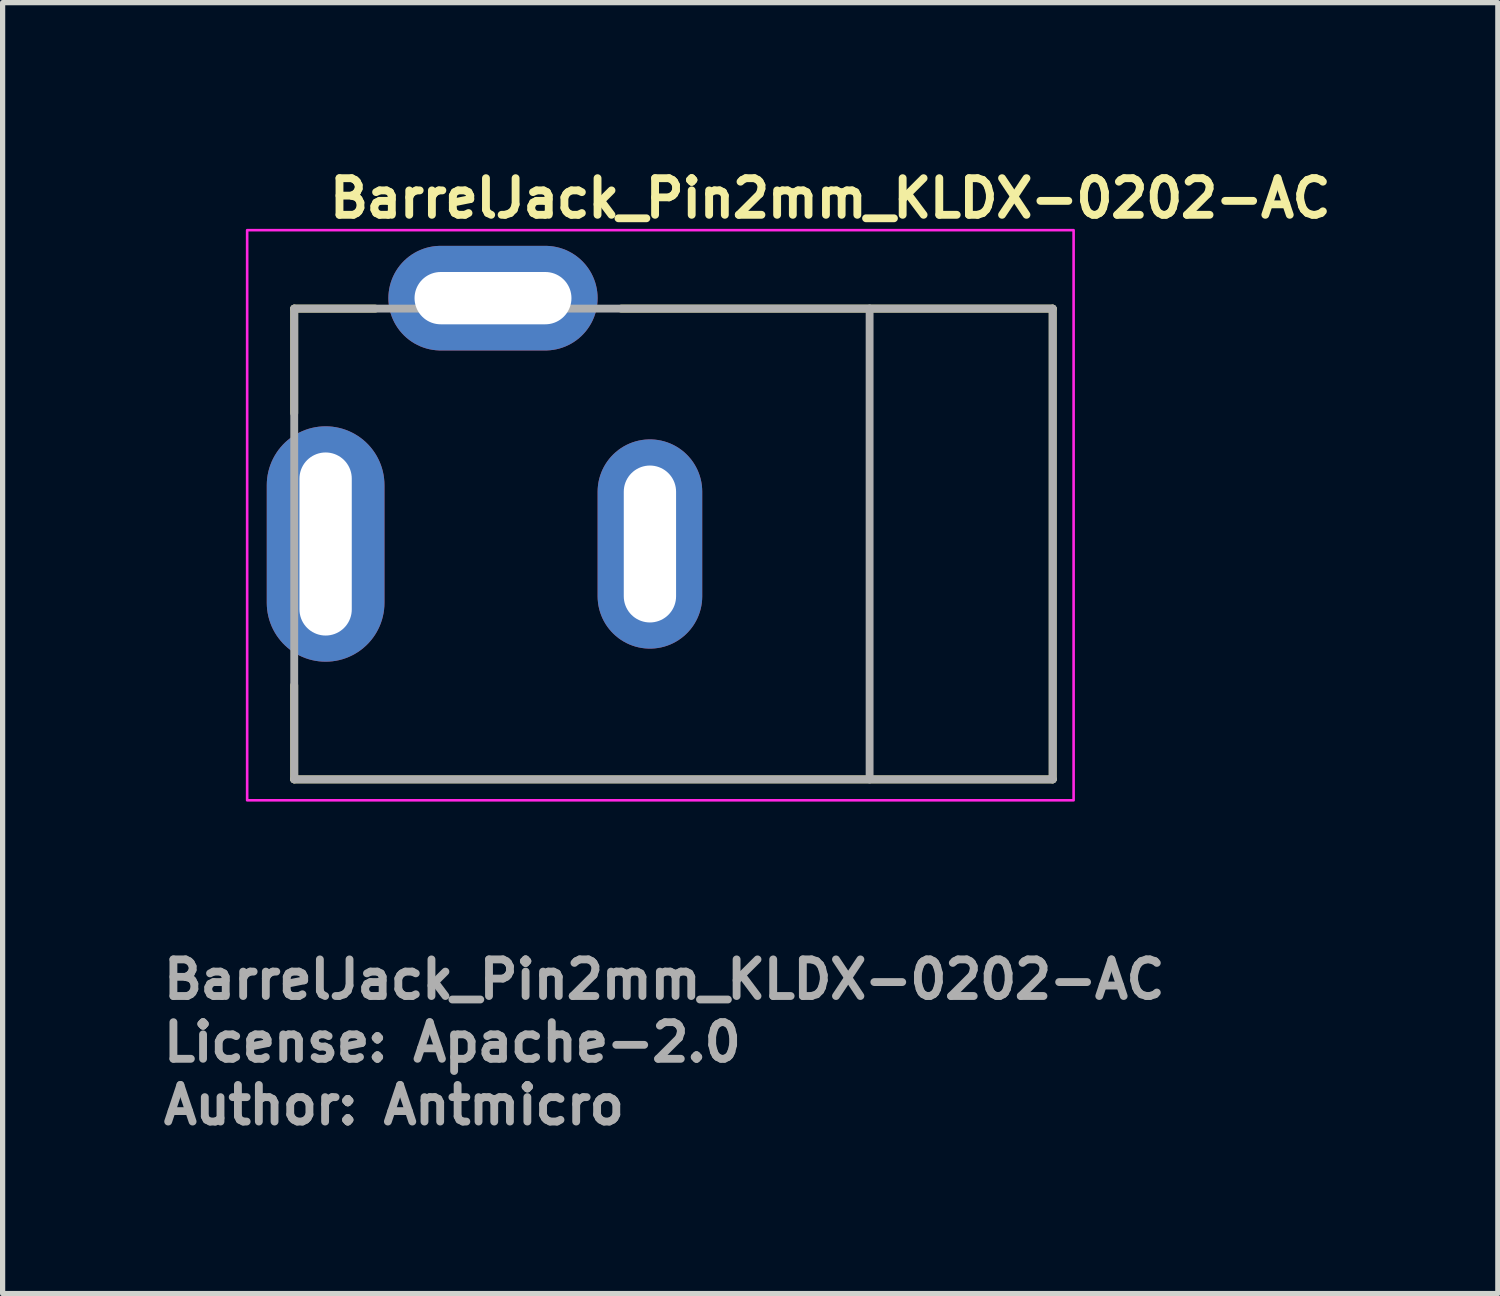
<source format=kicad_pcb>
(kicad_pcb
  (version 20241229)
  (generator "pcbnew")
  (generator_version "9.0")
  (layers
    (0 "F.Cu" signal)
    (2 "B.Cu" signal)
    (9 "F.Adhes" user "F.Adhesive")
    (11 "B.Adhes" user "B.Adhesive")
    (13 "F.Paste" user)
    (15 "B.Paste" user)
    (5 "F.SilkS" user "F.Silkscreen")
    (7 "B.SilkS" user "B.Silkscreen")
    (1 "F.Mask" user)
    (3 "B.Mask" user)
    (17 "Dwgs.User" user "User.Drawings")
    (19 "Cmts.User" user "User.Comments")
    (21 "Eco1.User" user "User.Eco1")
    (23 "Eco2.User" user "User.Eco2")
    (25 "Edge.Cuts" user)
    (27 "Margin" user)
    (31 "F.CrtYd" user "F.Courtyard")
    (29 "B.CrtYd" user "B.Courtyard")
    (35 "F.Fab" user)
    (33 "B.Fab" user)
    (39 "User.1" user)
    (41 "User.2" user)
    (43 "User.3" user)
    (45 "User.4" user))
  (footprint "BarrelJack_Pin2mm_KLDX-0202-AC"
    (layer "F.Cu")
    (at 3.175 7.35)
    (property "Reference" "BarrelJack_Pin2mm_KLDX-0202-AC" (at 0 -6.2 0) (layer "F.SilkS") (effects (font (size 0.7 0.7) (thickness 0.15)) (justify left bottom)))
    (attr through_hole)
    (fp_line (start -0.6 -4.5) (end 0.95 -4.5) (stroke (width 0.15) (type solid)) (layer "F.SilkS"))
    (fp_line (start -0.6 -2.5) (end -0.6 -4.5) (stroke (width 0.15) (type solid)) (layer "F.SilkS"))
    (fp_line (start -0.6 4.5) (end -0.6 2.7) (stroke (width 0.15) (type solid)) (layer "F.SilkS"))
    (fp_line (start 13.9 -4.5) (end 5.65 -4.5) (stroke (width 0.15) (type solid)) (layer "F.SilkS"))
    (fp_line (start 13.9 4.5) (end -0.6 4.5) (stroke (width 0.15) (type solid)) (layer "F.SilkS"))
    (fp_line (start 13.9 4.5) (end 13.9 -4.5) (stroke (width 0.15) (type solid)) (layer "F.SilkS"))
    (fp_rect (start -1.5 -6) (end 14.3 4.9) (stroke (width 0.05) (type solid)) (fill no) (layer "F.CrtYd"))
    (fp_line (start -0.6 -4.5) (end 10.4 -4.5) (stroke (width 0.15) (type solid)) (layer "F.Fab"))
    (fp_line (start -0.6 4.5) (end -0.6 -4.5) (stroke (width 0.15) (type solid)) (layer "F.Fab"))
    (fp_line (start 10.4 -4.5) (end 13.9 -4.5) (stroke (width 0.15) (type solid)) (layer "F.Fab"))
    (fp_line (start 10.4 4.5) (end -0.6 4.5) (stroke (width 0.15) (type solid)) (layer "F.Fab"))
    (fp_line (start 10.4 4.5) (end 10.4 -4.5) (stroke (width 0.15) (type solid)) (layer "F.Fab"))
    (fp_line (start 13.9 -4.5) (end 13.9 4.5) (stroke (width 0.15) (type solid)) (layer "F.Fab"))
    (fp_line (start 13.9 4.5) (end 10.4 4.5) (stroke (width 0.15) (type solid)) (layer "F.Fab"))
    (fp_rect (start 13.9 4.5) (end -0.6 -4.9) (stroke (width 0.1) (type solid)) (fill no) (layer "User.5"))
    (fp_line (start -0.6 -4.5) (end 0.2 -4.5) (stroke (width 0.02) (type solid)) (layer "User.9"))
    (fp_line (start -0.6 -2) (end -0.6 -4.5) (stroke (width 0.02) (type solid)) (layer "User.9"))
    (fp_line (start -0.6 -2) (end -0.2 -2) (stroke (width 0.02) (type solid)) (layer "User.9"))
    (fp_line (start -0.6 2) (end -0.2 2) (stroke (width 0.02) (type solid)) (layer "User.9"))
    (fp_line (start -0.6 4.5) (end -0.6 2) (stroke (width 0.02) (type solid)) (layer "User.9"))
    (fp_line (start -0.4 -1.335) (end -0.4 -1.325) (stroke (width 0.02) (type solid)) (layer "User.9"))
    (fp_line (start -0.4 -1.325) (end -0.4 -1.317) (stroke (width 0.02) (type solid)) (layer "User.9"))
    (fp_line (start -0.4 -1.317) (end -0.4 -1.325) (stroke (width 0.02) (type solid)) (layer "User.9"))
    (fp_line (start -0.4 -1.317) (end -0.4 -1.317) (stroke (width 0.02) (type solid)) (layer "User.9"))
    (fp_line (start -0.4 -1.317) (end -0.4 -1.317) (stroke (width 0.02) (type solid)) (layer "User.9"))
    (fp_line (start -0.4 -1.317) (end -0.4 -1.292) (stroke (width 0.02) (type solid)) (layer "User.9"))
    (fp_line (start -0.4 -1.292) (end -0.4 -1.317) (stroke (width 0.02) (type solid)) (layer "User.9"))
    (fp_line (start -0.4 -1.292) (end -0.4 -1.292) (stroke (width 0.02) (type solid)) (layer "User.9"))
    (fp_line (start -0.4 -1.292) (end -0.4 -1.292) (stroke (width 0.02) (type solid)) (layer "User.9"))
    (fp_line (start -0.4 -1.292) (end -0.4 -1.251) (stroke (width 0.02) (type solid)) (layer "User.9"))
    (fp_line (start -0.4 -1.251) (end -0.4 -1.292) (stroke (width 0.02) (type solid)) (layer "User.9"))
    (fp_line (start -0.4 -1.251) (end -0.4 -1.251) (stroke (width 0.02) (type solid)) (layer "User.9"))
    (fp_line (start -0.4 -1.251) (end -0.4 -1.251) (stroke (width 0.02) (type solid)) (layer "User.9"))
    (fp_line (start -0.4 -1.251) (end -0.4 -1.194) (stroke (width 0.02) (type solid)) (layer "User.9"))
    (fp_line (start -0.4 -1.194) (end -0.4 -1.251) (stroke (width 0.02) (type solid)) (layer "User.9"))
    (fp_line (start -0.4 -1.194) (end -0.4 -1.194) (stroke (width 0.02) (type solid)) (layer "User.9"))
    (fp_line (start -0.4 -1.194) (end -0.4 -1.194) (stroke (width 0.02) (type solid)) (layer "User.9"))
    (fp_line (start -0.4 -1.194) (end -0.4 -1.122) (stroke (width 0.02) (type solid)) (layer "User.9"))
    (fp_line (start -0.4 -1.122) (end -0.4 -1.194) (stroke (width 0.02) (type solid)) (layer "User.9"))
    (fp_line (start -0.4 -1.122) (end -0.4 -1.122) (stroke (width 0.02) (type solid)) (layer "User.9"))
    (fp_line (start -0.4 -1.122) (end -0.4 -1.122) (stroke (width 0.02) (type solid)) (layer "User.9"))
    (fp_line (start -0.4 -1.122) (end -0.4 -1.036) (stroke (width 0.02) (type solid)) (layer "User.9"))
    (fp_line (start -0.4 -1.036) (end -0.4 -1.122) (stroke (width 0.02) (type solid)) (layer "User.9"))
    (fp_line (start -0.4 -1.036) (end -0.4 -1.036) (stroke (width 0.02) (type solid)) (layer "User.9"))
    (fp_line (start -0.4 -1.036) (end -0.4 -1.036) (stroke (width 0.02) (type solid)) (layer "User.9"))
    (fp_line (start -0.4 -1.036) (end -0.4 -0.937) (stroke (width 0.02) (type solid)) (layer "User.9"))
    (fp_line (start -0.4 -0.937) (end -0.4 -1.036) (stroke (width 0.02) (type solid)) (layer "User.9"))
    (fp_line (start -0.4 -0.937) (end -0.4 -0.937) (stroke (width 0.02) (type solid)) (layer "User.9"))
    (fp_line (start -0.4 -0.937) (end -0.4 -0.937) (stroke (width 0.02) (type solid)) (layer "User.9"))
    (fp_line (start -0.4 -0.937) (end -0.4 -0.826) (stroke (width 0.02) (type solid)) (layer "User.9"))
    (fp_line (start -0.4 -0.826) (end -0.4 -0.937) (stroke (width 0.02) (type solid)) (layer "User.9"))
    (fp_line (start -0.4 -0.826) (end -0.4 -0.826) (stroke (width 0.02) (type solid)) (layer "User.9"))
    (fp_line (start -0.4 -0.826) (end -0.4 -0.826) (stroke (width 0.02) (type solid)) (layer "User.9"))
    (fp_line (start -0.4 -0.826) (end -0.4 -0.705) (stroke (width 0.02) (type solid)) (layer "User.9"))
    (fp_line (start -0.4 -0.705) (end -0.4 -0.826) (stroke (width 0.02) (type solid)) (layer "User.9"))
    (fp_line (start -0.4 -0.705) (end -0.4 -0.705) (stroke (width 0.02) (type solid)) (layer "User.9"))
    (fp_line (start -0.4 -0.705) (end -0.4 -0.705) (stroke (width 0.02) (type solid)) (layer "User.9"))
    (fp_line (start -0.4 -0.705) (end -0.4 -0.575) (stroke (width 0.02) (type solid)) (layer "User.9"))
    (fp_line (start -0.4 -0.575) (end -0.4 -0.575) (stroke (width 0.02) (type solid)) (layer "User.9"))
    (fp_line (start -0.4 -0.575) (end -0.4 0) (stroke (width 0.02) (type solid)) (layer "User.9"))
    (fp_line (start -0.4 -0.438) (end -0.4 -0.705) (stroke (width 0.02) (type solid)) (layer "User.9"))
    (fp_line (start -0.4 -0.438) (end -0.4 -0.438) (stroke (width 0.02) (type solid)) (layer "User.9"))
    (fp_line (start -0.4 0) (end -0.4 -0.438) (stroke (width 0.02) (type solid)) (layer "User.9"))
    (fp_line (start -0.4 0) (end -0.4 0.438) (stroke (width 0.02) (type solid)) (layer "User.9"))
    (fp_line (start -0.4 0.438) (end -0.4 0.438) (stroke (width 0.02) (type solid)) (layer "User.9"))
    (fp_line (start -0.4 0.438) (end -0.4 0.705) (stroke (width 0.02) (type solid)) (layer "User.9"))
    (fp_line (start -0.4 0.575) (end -0.4 0) (stroke (width 0.02) (type solid)) (layer "User.9"))
    (fp_line (start -0.4 0.575) (end -0.4 0.575) (stroke (width 0.02) (type solid)) (layer "User.9"))
    (fp_line (start -0.4 0.705) (end -0.4 0.575) (stroke (width 0.02) (type solid)) (layer "User.9"))
    (fp_line (start -0.4 0.705) (end -0.4 0.705) (stroke (width 0.02) (type solid)) (layer "User.9"))
    (fp_line (start -0.4 0.705) (end -0.4 0.705) (stroke (width 0.02) (type solid)) (layer "User.9"))
    (fp_line (start -0.4 0.705) (end -0.4 0.826) (stroke (width 0.02) (type solid)) (layer "User.9"))
    (fp_line (start -0.4 0.826) (end -0.4 0.705) (stroke (width 0.02) (type solid)) (layer "User.9"))
    (fp_line (start -0.4 0.826) (end -0.4 0.826) (stroke (width 0.02) (type solid)) (layer "User.9"))
    (fp_line (start -0.4 0.826) (end -0.4 0.826) (stroke (width 0.02) (type solid)) (layer "User.9"))
    (fp_line (start -0.4 0.826) (end -0.4 0.937) (stroke (width 0.02) (type solid)) (layer "User.9"))
    (fp_line (start -0.4 0.937) (end -0.4 0.826) (stroke (width 0.02) (type solid)) (layer "User.9"))
    (fp_line (start -0.4 0.937) (end -0.4 0.937) (stroke (width 0.02) (type solid)) (layer "User.9"))
    (fp_line (start -0.4 0.937) (end -0.4 0.937) (stroke (width 0.02) (type solid)) (layer "User.9"))
    (fp_line (start -0.4 0.937) (end -0.4 1.036) (stroke (width 0.02) (type solid)) (layer "User.9"))
    (fp_line (start -0.4 1.036) (end -0.4 0.937) (stroke (width 0.02) (type solid)) (layer "User.9"))
    (fp_line (start -0.4 1.036) (end -0.4 1.036) (stroke (width 0.02) (type solid)) (layer "User.9"))
    (fp_line (start -0.4 1.036) (end -0.4 1.036) (stroke (width 0.02) (type solid)) (layer "User.9"))
    (fp_line (start -0.4 1.036) (end -0.4 1.122) (stroke (width 0.02) (type solid)) (layer "User.9"))
    (fp_line (start -0.4 1.122) (end -0.4 1.036) (stroke (width 0.02) (type solid)) (layer "User.9"))
    (fp_line (start -0.4 1.122) (end -0.4 1.122) (stroke (width 0.02) (type solid)) (layer "User.9"))
    (fp_line (start -0.4 1.122) (end -0.4 1.122) (stroke (width 0.02) (type solid)) (layer "User.9"))
    (fp_line (start -0.4 1.122) (end -0.4 1.194) (stroke (width 0.02) (type solid)) (layer "User.9"))
    (fp_line (start -0.4 1.194) (end -0.4 1.122) (stroke (width 0.02) (type solid)) (layer "User.9"))
    (fp_line (start -0.4 1.194) (end -0.4 1.194) (stroke (width 0.02) (type solid)) (layer "User.9"))
    (fp_line (start -0.4 1.194) (end -0.4 1.194) (stroke (width 0.02) (type solid)) (layer "User.9"))
    (fp_line (start -0.4 1.194) (end -0.4 1.251) (stroke (width 0.02) (type solid)) (layer "User.9"))
    (fp_line (start -0.4 1.251) (end -0.4 1.194) (stroke (width 0.02) (type solid)) (layer "User.9"))
    (fp_line (start -0.4 1.251) (end -0.4 1.251) (stroke (width 0.02) (type solid)) (layer "User.9"))
    (fp_line (start -0.4 1.251) (end -0.4 1.251) (stroke (width 0.02) (type solid)) (layer "User.9"))
    (fp_line (start -0.4 1.251) (end -0.4 1.292) (stroke (width 0.02) (type solid)) (layer "User.9"))
    (fp_line (start -0.4 1.292) (end -0.4 1.251) (stroke (width 0.02) (type solid)) (layer "User.9"))
    (fp_line (start -0.4 1.292) (end -0.4 1.292) (stroke (width 0.02) (type solid)) (layer "User.9"))
    (fp_line (start -0.4 1.292) (end -0.4 1.292) (stroke (width 0.02) (type solid)) (layer "User.9"))
    (fp_line (start -0.4 1.292) (end -0.4 1.317) (stroke (width 0.02) (type solid)) (layer "User.9"))
    (fp_line (start -0.4 1.317) (end -0.4 1.292) (stroke (width 0.02) (type solid)) (layer "User.9"))
    (fp_line (start -0.4 1.317) (end -0.4 1.317) (stroke (width 0.02) (type solid)) (layer "User.9"))
    (fp_line (start -0.4 1.317) (end -0.4 1.317) (stroke (width 0.02) (type solid)) (layer "User.9"))
    (fp_line (start -0.4 1.317) (end -0.4 1.325) (stroke (width 0.02) (type solid)) (layer "User.9"))
    (fp_line (start -0.4 1.325) (end -0.4 1.317) (stroke (width 0.02) (type solid)) (layer "User.9"))
    (fp_line (start -0.4 1.335) (end -0.4 1.325) (stroke (width 0.02) (type solid)) (layer "User.9"))
    (fp_line (start -0.399 -1.345) (end -0.4 -1.335) (stroke (width 0.02) (type solid)) (layer "User.9"))
    (fp_line (start -0.399 1.345) (end -0.4 1.335) (stroke (width 0.02) (type solid)) (layer "User.9"))
    (fp_line (start -0.398 -1.355) (end -0.399 -1.345) (stroke (width 0.02) (type solid)) (layer "User.9"))
    (fp_line (start -0.398 1.355) (end -0.399 1.345) (stroke (width 0.02) (type solid)) (layer "User.9"))
    (fp_line (start -0.396 -1.365) (end -0.398 -1.355) (stroke (width 0.02) (type solid)) (layer "User.9"))
    (fp_line (start -0.396 1.365) (end -0.398 1.355) (stroke (width 0.02) (type solid)) (layer "User.9"))
    (fp_line (start -0.394 -1.375) (end -0.396 -1.365) (stroke (width 0.02) (type solid)) (layer "User.9"))
    (fp_line (start -0.394 1.375) (end -0.396 1.365) (stroke (width 0.02) (type solid)) (layer "User.9"))
    (fp_line (start -0.391 -1.384) (end -0.394 -1.375) (stroke (width 0.02) (type solid)) (layer "User.9"))
    (fp_line (start -0.391 1.384) (end -0.394 1.375) (stroke (width 0.02) (type solid)) (layer "User.9"))
    (fp_line (start -0.388 -1.393) (end -0.391 -1.384) (stroke (width 0.02) (type solid)) (layer "User.9"))
    (fp_line (start -0.388 1.393) (end -0.391 1.384) (stroke (width 0.02) (type solid)) (layer "User.9"))
    (fp_line (start -0.385 -1.403) (end -0.388 -1.393) (stroke (width 0.02) (type solid)) (layer "User.9"))
    (fp_line (start -0.385 1.403) (end -0.388 1.393) (stroke (width 0.02) (type solid)) (layer "User.9"))
    (fp_line (start -0.38 -1.411) (end -0.385 -1.403) (stroke (width 0.02) (type solid)) (layer "User.9"))
    (fp_line (start -0.38 1.411) (end -0.385 1.403) (stroke (width 0.02) (type solid)) (layer "User.9"))
    (fp_line (start -0.376 -1.42) (end -0.38 -1.411) (stroke (width 0.02) (type solid)) (layer "User.9"))
    (fp_line (start -0.376 1.42) (end -0.38 1.411) (stroke (width 0.02) (type solid)) (layer "User.9"))
    (fp_line (start -0.371 -1.429) (end -0.376 -1.42) (stroke (width 0.02) (type solid)) (layer "User.9"))
    (fp_line (start -0.371 1.429) (end -0.376 1.42) (stroke (width 0.02) (type solid)) (layer "User.9"))
    (fp_line (start -0.365 -1.437) (end -0.371 -1.429) (stroke (width 0.02) (type solid)) (layer "User.9"))
    (fp_line (start -0.365 1.437) (end -0.371 1.429) (stroke (width 0.02) (type solid)) (layer "User.9"))
    (fp_line (start -0.36 -1.445) (end -0.365 -1.437) (stroke (width 0.02) (type solid)) (layer "User.9"))
    (fp_line (start -0.36 1.445) (end -0.365 1.437) (stroke (width 0.02) (type solid)) (layer "User.9"))
    (fp_line (start -0.354 -1.453) (end -0.36 -1.445) (stroke (width 0.02) (type solid)) (layer "User.9"))
    (fp_line (start -0.354 1.453) (end -0.36 1.445) (stroke (width 0.02) (type solid)) (layer "User.9"))
    (fp_line (start -0.347 -1.46) (end -0.354 -1.453) (stroke (width 0.02) (type solid)) (layer "User.9"))
    (fp_line (start -0.347 1.46) (end -0.354 1.453) (stroke (width 0.02) (type solid)) (layer "User.9"))
    (fp_line (start -0.34 -1.467) (end -0.347 -1.46) (stroke (width 0.02) (type solid)) (layer "User.9"))
    (fp_line (start -0.34 1.467) (end -0.347 1.46) (stroke (width 0.02) (type solid)) (layer "User.9"))
    (fp_line (start -0.333 -1.474) (end -0.34 -1.467) (stroke (width 0.02) (type solid)) (layer "User.9"))
    (fp_line (start -0.333 1.474) (end -0.34 1.467) (stroke (width 0.02) (type solid)) (layer "User.9"))
    (fp_line (start -0.326 -1.48) (end -0.333 -1.474) (stroke (width 0.02) (type solid)) (layer "User.9"))
    (fp_line (start -0.326 1.48) (end -0.333 1.474) (stroke (width 0.02) (type solid)) (layer "User.9"))
    (fp_line (start -0.318 -1.486) (end -0.326 -1.48) (stroke (width 0.02) (type solid)) (layer "User.9"))
    (fp_line (start -0.318 1.486) (end -0.326 1.48) (stroke (width 0.02) (type solid)) (layer "User.9"))
    (fp_line (start -0.31 -1.492) (end -0.318 -1.486) (stroke (width 0.02) (type solid)) (layer "User.9"))
    (fp_line (start -0.31 1.492) (end -0.318 1.486) (stroke (width 0.02) (type solid)) (layer "User.9"))
    (fp_line (start -0.302 -1.497) (end -0.31 -1.492) (stroke (width 0.02) (type solid)) (layer "User.9"))
    (fp_line (start -0.302 1.497) (end -0.31 1.492) (stroke (width 0.02) (type solid)) (layer "User.9"))
    (fp_line (start -0.293 -1.502) (end -0.302 -1.497) (stroke (width 0.02) (type solid)) (layer "User.9"))
    (fp_line (start -0.293 1.502) (end -0.302 1.497) (stroke (width 0.02) (type solid)) (layer "User.9"))
    (fp_line (start -0.285 -1.506) (end -0.293 -1.502) (stroke (width 0.02) (type solid)) (layer "User.9"))
    (fp_line (start -0.285 1.506) (end -0.293 1.502) (stroke (width 0.02) (type solid)) (layer "User.9"))
    (fp_line (start -0.276 -1.51) (end -0.285 -1.506) (stroke (width 0.02) (type solid)) (layer "User.9"))
    (fp_line (start -0.276 1.51) (end -0.285 1.506) (stroke (width 0.02) (type solid)) (layer "User.9"))
    (fp_line (start -0.267 -1.514) (end -0.276 -1.51) (stroke (width 0.02) (type solid)) (layer "User.9"))
    (fp_line (start -0.267 1.514) (end -0.276 1.51) (stroke (width 0.02) (type solid)) (layer "User.9"))
    (fp_line (start -0.258 -1.517) (end -0.267 -1.514) (stroke (width 0.02) (type solid)) (layer "User.9"))
    (fp_line (start -0.258 1.517) (end -0.267 1.514) (stroke (width 0.02) (type solid)) (layer "User.9"))
    (fp_line (start -0.248 -1.52) (end -0.258 -1.517) (stroke (width 0.02) (type solid)) (layer "User.9"))
    (fp_line (start -0.248 1.52) (end -0.258 1.517) (stroke (width 0.02) (type solid)) (layer "User.9"))
    (fp_line (start -0.239 -1.522) (end -0.248 -1.52) (stroke (width 0.02) (type solid)) (layer "User.9"))
    (fp_line (start -0.239 1.522) (end -0.248 1.52) (stroke (width 0.02) (type solid)) (layer "User.9"))
    (fp_line (start -0.229 -1.523) (end -0.239 -1.522) (stroke (width 0.02) (type solid)) (layer "User.9"))
    (fp_line (start -0.229 1.523) (end -0.239 1.522) (stroke (width 0.02) (type solid)) (layer "User.9"))
    (fp_line (start -0.22 -1.524) (end -0.229 -1.523) (stroke (width 0.02) (type solid)) (layer "User.9"))
    (fp_line (start -0.22 1.524) (end -0.229 1.523) (stroke (width 0.02) (type solid)) (layer "User.9"))
    (fp_line (start -0.21 -1.525) (end -0.22 -1.524) (stroke (width 0.02) (type solid)) (layer "User.9"))
    (fp_line (start -0.21 1.525) (end -0.22 1.524) (stroke (width 0.02) (type solid)) (layer "User.9"))
    (fp_line (start -0.2 -2.25) (end -0.2 -2.194) (stroke (width 0.02) (type solid)) (layer "User.9"))
    (fp_line (start -0.2 -2.194) (end -0.2 -2.194) (stroke (width 0.02) (type solid)) (layer "User.9"))
    (fp_line (start -0.2 -2.194) (end -0.2 -2.027) (stroke (width 0.02) (type solid)) (layer "User.9"))
    (fp_line (start -0.2 -2.027) (end -0.2 -2.027) (stroke (width 0.02) (type solid)) (layer "User.9"))
    (fp_line (start -0.2 -2.027) (end -0.2 -1.759) (stroke (width 0.02) (type solid)) (layer "User.9"))
    (fp_line (start -0.2 -1.759) (end -0.2 -1.759) (stroke (width 0.02) (type solid)) (layer "User.9"))
    (fp_line (start -0.2 -1.759) (end -0.2 -1.403) (stroke (width 0.02) (type solid)) (layer "User.9"))
    (fp_line (start -0.2 -1.525) (end -0.21 -1.525) (stroke (width 0.02) (type solid)) (layer "User.9"))
    (fp_line (start -0.2 -1.403) (end -0.2 -1.403) (stroke (width 0.02) (type solid)) (layer "User.9"))
    (fp_line (start -0.2 -1.403) (end -0.2 -0.976) (stroke (width 0.02) (type solid)) (layer "User.9"))
    (fp_line (start -0.2 -0.976) (end -0.2 -0.976) (stroke (width 0.02) (type solid)) (layer "User.9"))
    (fp_line (start -0.2 -0.976) (end -0.2 -0.501) (stroke (width 0.02) (type solid)) (layer "User.9"))
    (fp_line (start -0.2 -0.501) (end -0.2 -0.501) (stroke (width 0.02) (type solid)) (layer "User.9"))
    (fp_line (start -0.2 -0.501) (end -0.2 0) (stroke (width 0.02) (type solid)) (layer "User.9"))
    (fp_line (start -0.2 0) (end -0.2 0) (stroke (width 0.02) (type solid)) (layer "User.9"))
    (fp_line (start -0.2 0) (end -0.2 0.501) (stroke (width 0.02) (type solid)) (layer "User.9"))
    (fp_line (start -0.2 0.501) (end -0.2 0.501) (stroke (width 0.02) (type solid)) (layer "User.9"))
    (fp_line (start -0.2 0.501) (end -0.2 0.976) (stroke (width 0.02) (type solid)) (layer "User.9"))
    (fp_line (start -0.2 0.976) (end -0.2 0.976) (stroke (width 0.02) (type solid)) (layer "User.9"))
    (fp_line (start -0.2 0.976) (end -0.2 1.403) (stroke (width 0.02) (type solid)) (layer "User.9"))
    (fp_line (start -0.2 1.403) (end -0.2 1.403) (stroke (width 0.02) (type solid)) (layer "User.9"))
    (fp_line (start -0.2 1.403) (end -0.2 1.759) (stroke (width 0.02) (type solid)) (layer "User.9"))
    (fp_line (start -0.2 1.525) (end -0.21 1.525) (stroke (width 0.02) (type solid)) (layer "User.9"))
    (fp_line (start -0.2 1.759) (end -0.2 1.759) (stroke (width 0.02) (type solid)) (layer "User.9"))
    (fp_line (start -0.2 1.759) (end -0.2 2.027) (stroke (width 0.02) (type solid)) (layer "User.9"))
    (fp_line (start -0.2 2.027) (end -0.2 2.027) (stroke (width 0.02) (type solid)) (layer "User.9"))
    (fp_line (start -0.2 2.027) (end -0.2 2.194) (stroke (width 0.02) (type solid)) (layer "User.9"))
    (fp_line (start -0.2 2.194) (end -0.2 2.194) (stroke (width 0.02) (type solid)) (layer "User.9"))
    (fp_line (start -0.2 2.194) (end -0.2 2.25) (stroke (width 0.02) (type solid)) (layer "User.9"))
    (fp_line (start 0.2 -4.5) (end 10.4 -4.5) (stroke (width 0.02) (type solid)) (layer "User.9"))
    (fp_line (start 0.2 -4.028) (end 0.2 -4.5) (stroke (width 0.02) (type solid)) (layer "User.9"))
    (fp_line (start 0.2 -4.028) (end 10.4 -4.028) (stroke (width 0.02) (type solid)) (layer "User.9"))
    (fp_line (start 0.2 -4.002) (end 0.2 -4.028) (stroke (width 0.02) (type solid)) (layer "User.9"))
    (fp_line (start 0.2 -4.002) (end 0.2 -4.002) (stroke (width 0.02) (type solid)) (layer "User.9"))
    (fp_line (start 0.2 -3.927) (end 0.2 -4.002) (stroke (width 0.02) (type solid)) (layer "User.9"))
    (fp_line (start 0.2 -3.927) (end 0.2 -3.927) (stroke (width 0.02) (type solid)) (layer "User.9"))
    (fp_line (start 0.2 -3.803) (end 0.2 -3.927) (stroke (width 0.02) (type solid)) (layer "User.9"))
    (fp_line (start 0.2 -3.803) (end 0.2 -3.803) (stroke (width 0.02) (type solid)) (layer "User.9"))
    (fp_line (start 0.2 -3.631) (end 0.2 -3.803) (stroke (width 0.02) (type solid)) (layer "User.9"))
    (fp_line (start 0.2 -3.631) (end 0.2 -3.631) (stroke (width 0.02) (type solid)) (layer "User.9"))
    (fp_line (start 0.2 -3.414) (end 0.2 -3.631) (stroke (width 0.02) (type solid)) (layer "User.9"))
    (fp_line (start 0.2 -3.414) (end 0.2 -3.414) (stroke (width 0.02) (type solid)) (layer "User.9"))
    (fp_line (start 0.2 -3.155) (end 0.2 -3.414) (stroke (width 0.02) (type solid)) (layer "User.9"))
    (fp_line (start 0.2 -3.155) (end 0.2 -3.155) (stroke (width 0.02) (type solid)) (layer "User.9"))
    (fp_line (start 0.2 -2.856) (end 0.2 -3.155) (stroke (width 0.02) (type solid)) (layer "User.9"))
    (fp_line (start 0.2 -2.856) (end 0.2 -2.856) (stroke (width 0.02) (type solid)) (layer "User.9"))
    (fp_line (start 0.2 -2.522) (end 0.2 -2.856) (stroke (width 0.02) (type solid)) (layer "User.9"))
    (fp_line (start 0.2 -2.522) (end 0.2 -2.522) (stroke (width 0.02) (type solid)) (layer "User.9"))
    (fp_line (start 0.2 -2.25) (end -0.2 -2.25) (stroke (width 0.02) (type solid)) (layer "User.9"))
    (fp_line (start 0.2 -2.156) (end 0.2 -2.522) (stroke (width 0.02) (type solid)) (layer "User.9"))
    (fp_line (start 0.2 -2.156) (end 0.2 -2.156) (stroke (width 0.02) (type solid)) (layer "User.9"))
    (fp_line (start 0.2 -1.763) (end 0.2 -2.156) (stroke (width 0.02) (type solid)) (layer "User.9"))
    (fp_line (start 0.2 -1.763) (end 0.2 -1.763) (stroke (width 0.02) (type solid)) (layer "User.9"))
    (fp_line (start 0.2 -1.349) (end 0.2 -1.763) (stroke (width 0.02) (type solid)) (layer "User.9"))
    (fp_line (start 0.2 -1.349) (end 0.2 -1.349) (stroke (width 0.02) (type solid)) (layer "User.9"))
    (fp_line (start 0.2 -0.918) (end 0.2 -1.349) (stroke (width 0.02) (type solid)) (layer "User.9"))
    (fp_line (start 0.2 -0.918) (end 0.2 -0.918) (stroke (width 0.02) (type solid)) (layer "User.9"))
    (fp_line (start 0.2 -0.475) (end 0.2 -0.918) (stroke (width 0.02) (type solid)) (layer "User.9"))
    (fp_line (start 0.2 -0.475) (end 0.2 -0.475) (stroke (width 0.02) (type solid)) (layer "User.9"))
    (fp_line (start 0.2 -0.028) (end 0.2 -0.475) (stroke (width 0.02) (type solid)) (layer "User.9"))
    (fp_line (start 0.2 0.862) (end 0.2 -0.028) (stroke (width 0.02) (type solid)) (layer "User.9"))
    (fp_line (start 0.2 0.862) (end 0.2 0.862) (stroke (width 0.02) (type solid)) (layer "User.9"))
    (fp_line (start 0.2 1.294) (end 0.2 0.862) (stroke (width 0.02) (type solid)) (layer "User.9"))
    (fp_line (start 0.2 1.294) (end 0.2 1.294) (stroke (width 0.02) (type solid)) (layer "User.9"))
    (fp_line (start 0.2 1.708) (end 0.2 1.294) (stroke (width 0.02) (type solid)) (layer "User.9"))
    (fp_line (start 0.2 1.708) (end 0.2 1.708) (stroke (width 0.02) (type solid)) (layer "User.9"))
    (fp_line (start 0.2 2.101) (end 0.2 1.708) (stroke (width 0.02) (type solid)) (layer "User.9"))
    (fp_line (start 0.2 2.101) (end 0.2 2.101) (stroke (width 0.02) (type solid)) (layer "User.9"))
    (fp_line (start 0.2 2.25) (end -0.2 2.25) (stroke (width 0.02) (type solid)) (layer "User.9"))
    (fp_line (start 0.2 2.466) (end 0.2 2.101) (stroke (width 0.02) (type solid)) (layer "User.9"))
    (fp_line (start 0.2 2.466) (end 0.2 2.466) (stroke (width 0.02) (type solid)) (layer "User.9"))
    (fp_line (start 0.2 2.801) (end 0.2 2.466) (stroke (width 0.02) (type solid)) (layer "User.9"))
    (fp_line (start 0.2 2.801) (end 0.2 2.801) (stroke (width 0.02) (type solid)) (layer "User.9"))
    (fp_line (start 0.2 3.1) (end 0.2 2.801) (stroke (width 0.02) (type solid)) (layer "User.9"))
    (fp_line (start 0.2 3.1) (end 0.2 3.1) (stroke (width 0.02) (type solid)) (layer "User.9"))
    (fp_line (start 0.2 3.359) (end 0.2 3.1) (stroke (width 0.02) (type solid)) (layer "User.9"))
    (fp_line (start 0.2 3.359) (end 0.2 3.359) (stroke (width 0.02) (type solid)) (layer "User.9"))
    (fp_line (start 0.2 3.576) (end 0.2 3.359) (stroke (width 0.02) (type solid)) (layer "User.9"))
    (fp_line (start 0.2 3.576) (end 0.2 3.576) (stroke (width 0.02) (type solid)) (layer "User.9"))
    (fp_line (start 0.2 3.748) (end 0.2 3.576) (stroke (width 0.02) (type solid)) (layer "User.9"))
    (fp_line (start 0.2 3.748) (end 0.2 3.748) (stroke (width 0.02) (type solid)) (layer "User.9"))
    (fp_line (start 0.2 3.872) (end 0.2 3.748) (stroke (width 0.02) (type solid)) (layer "User.9"))
    (fp_line (start 0.2 3.872) (end 0.2 3.872) (stroke (width 0.02) (type solid)) (layer "User.9"))
    (fp_line (start 0.2 3.947) (end 0.2 3.872) (stroke (width 0.02) (type solid)) (layer "User.9"))
    (fp_line (start 0.2 3.947) (end 0.2 3.947) (stroke (width 0.02) (type solid)) (layer "User.9"))
    (fp_line (start 0.2 3.972) (end 0.2 3.947) (stroke (width 0.02) (type solid)) (layer "User.9"))
    (fp_line (start 0.2 4.5) (end -0.6 4.5) (stroke (width 0.02) (type solid)) (layer "User.9"))
    (fp_line (start 0.2 4.5) (end 0.2 3.972) (stroke (width 0.02) (type solid)) (layer "User.9"))
    (fp_line (start 2 -4.9) (end 4.4 -4.9) (stroke (width 0.02) (type solid)) (layer "User.9"))
    (fp_line (start 2 -4.812) (end 2 -4.9) (stroke (width 0.02) (type solid)) (layer "User.9"))
    (fp_line (start 2 -4.812) (end 2 -4.812) (stroke (width 0.02) (type solid)) (layer "User.9"))
    (fp_line (start 2 -4.6) (end 2 -4.812) (stroke (width 0.02) (type solid)) (layer "User.9"))
    (fp_line (start 2 -4.6) (end 2 -4.5) (stroke (width 0.02) (type solid)) (layer "User.9"))
    (fp_line (start 4.4 -4.812) (end 4.4 -4.9) (stroke (width 0.02) (type solid)) (layer "User.9"))
    (fp_line (start 4.4 -4.812) (end 4.4 -4.812) (stroke (width 0.02) (type solid)) (layer "User.9"))
    (fp_line (start 4.4 -4.6) (end 4.4 -4.812) (stroke (width 0.02) (type solid)) (layer "User.9"))
    (fp_line (start 4.4 -4.6) (end 4.4 -4.5) (stroke (width 0.02) (type solid)) (layer "User.9"))
    (fp_line (start 10.4 -4.5) (end 13.65 -4.5) (stroke (width 0.02) (type solid)) (layer "User.9"))
    (fp_line (start 10.4 -4.495) (end 10.4 -4.5) (stroke (width 0.02) (type solid)) (layer "User.9"))
    (fp_line (start 10.4 -4.495) (end 10.4 -4.495) (stroke (width 0.02) (type solid)) (layer "User.9"))
    (fp_line (start 10.4 -4.481) (end 10.4 -4.495) (stroke (width 0.02) (type solid)) (layer "User.9"))
    (fp_line (start 10.4 -4.481) (end 10.4 -4.481) (stroke (width 0.02) (type solid)) (layer "User.9"))
    (fp_line (start 10.4 -4.458) (end 10.4 -4.481) (stroke (width 0.02) (type solid)) (layer "User.9"))
    (fp_line (start 10.4 -4.458) (end 10.4 -4.458) (stroke (width 0.02) (type solid)) (layer "User.9"))
    (fp_line (start 10.4 -4.426) (end 10.4 -4.458) (stroke (width 0.02) (type solid)) (layer "User.9"))
    (fp_line (start 10.4 -4.426) (end 10.4 -4.426) (stroke (width 0.02) (type solid)) (layer "User.9"))
    (fp_line (start 10.4 -4.336) (end 10.4 -4.426) (stroke (width 0.02) (type solid)) (layer "User.9"))
    (fp_line (start 10.4 -4.336) (end 10.4 -4.336) (stroke (width 0.02) (type solid)) (layer "User.9"))
    (fp_line (start 10.4 -4.28) (end 10.4 -4.336) (stroke (width 0.02) (type solid)) (layer "User.9"))
    (fp_line (start 10.4 -4.28) (end 10.4 -4.28) (stroke (width 0.02) (type solid)) (layer "User.9"))
    (fp_line (start 10.4 -4.028) (end 10.4 -4.5) (stroke (width 0.02) (type solid)) (layer "User.9"))
    (fp_line (start 10.4 -3.75) (end 10.4 -4.28) (stroke (width 0.02) (type solid)) (layer "User.9"))
    (fp_line (start 10.4 -3.75) (end 10.4 3.75) (stroke (width 0.02) (type solid)) (layer "User.9"))
    (fp_line (start 10.4 3.75) (end 10.4 4.28) (stroke (width 0.02) (type solid)) (layer "User.9"))
    (fp_line (start 10.4 3.972) (end 0.2 3.972) (stroke (width 0.02) (type solid)) (layer "User.9"))
    (fp_line (start 10.4 4.28) (end 10.4 4.28) (stroke (width 0.02) (type solid)) (layer "User.9"))
    (fp_line (start 10.4 4.28) (end 10.4 4.336) (stroke (width 0.02) (type solid)) (layer "User.9"))
    (fp_line (start 10.4 4.336) (end 10.4 4.336) (stroke (width 0.02) (type solid)) (layer "User.9"))
    (fp_line (start 10.4 4.336) (end 10.4 4.426) (stroke (width 0.02) (type solid)) (layer "User.9"))
    (fp_line (start 10.4 4.426) (end 10.4 4.426) (stroke (width 0.02) (type solid)) (layer "User.9"))
    (fp_line (start 10.4 4.426) (end 10.4 4.458) (stroke (width 0.02) (type solid)) (layer "User.9"))
    (fp_line (start 10.4 4.458) (end 10.4 4.458) (stroke (width 0.02) (type solid)) (layer "User.9"))
    (fp_line (start 10.4 4.458) (end 10.4 4.481) (stroke (width 0.02) (type solid)) (layer "User.9"))
    (fp_line (start 10.4 4.481) (end 10.4 4.481) (stroke (width 0.02) (type solid)) (layer "User.9"))
    (fp_line (start 10.4 4.481) (end 10.4 4.495) (stroke (width 0.02) (type solid)) (layer "User.9"))
    (fp_line (start 10.4 4.495) (end 10.4 4.495) (stroke (width 0.02) (type solid)) (layer "User.9"))
    (fp_line (start 10.4 4.495) (end 10.4 4.5) (stroke (width 0.02) (type solid)) (layer "User.9"))
    (fp_line (start 10.4 4.5) (end 0.2 4.5) (stroke (width 0.02) (type solid)) (layer "User.9"))
    (fp_line (start 13.65 -4.5) (end 13.662 -4.5) (stroke (width 0.02) (type solid)) (layer "User.9"))
    (fp_line (start 13.65 4.5) (end 10.4 4.5) (stroke (width 0.02) (type solid)) (layer "User.9"))
    (fp_line (start 13.65 4.5) (end 13.662 4.5) (stroke (width 0.02) (type solid)) (layer "User.9"))
    (fp_line (start 13.662 -4.5) (end 13.65 -4.5) (stroke (width 0.02) (type solid)) (layer "User.9"))
    (fp_line (start 13.662 -4.5) (end 13.675 -4.499) (stroke (width 0.02) (type solid)) (layer "User.9"))
    (fp_line (start 13.662 4.5) (end 13.65 4.5) (stroke (width 0.02) (type solid)) (layer "User.9"))
    (fp_line (start 13.662 4.5) (end 13.675 4.499) (stroke (width 0.02) (type solid)) (layer "User.9"))
    (fp_line (start 13.675 -4.499) (end 13.662 -4.5) (stroke (width 0.02) (type solid)) (layer "User.9"))
    (fp_line (start 13.675 -4.499) (end 13.687 -4.497) (stroke (width 0.02) (type solid)) (layer "User.9"))
    (fp_line (start 13.675 4.499) (end 13.662 4.5) (stroke (width 0.02) (type solid)) (layer "User.9"))
    (fp_line (start 13.675 4.499) (end 13.687 4.497) (stroke (width 0.02) (type solid)) (layer "User.9"))
    (fp_line (start 13.687 -4.497) (end 13.675 -4.499) (stroke (width 0.02) (type solid)) (layer "User.9"))
    (fp_line (start 13.687 -4.497) (end 13.699 -4.495) (stroke (width 0.02) (type solid)) (layer "User.9"))
    (fp_line (start 13.687 4.497) (end 13.675 4.499) (stroke (width 0.02) (type solid)) (layer "User.9"))
    (fp_line (start 13.687 4.497) (end 13.699 4.495) (stroke (width 0.02) (type solid)) (layer "User.9"))
    (fp_line (start 13.699 -4.495) (end 13.687 -4.497) (stroke (width 0.02) (type solid)) (layer "User.9"))
    (fp_line (start 13.699 -4.495) (end 13.711 -4.492) (stroke (width 0.02) (type solid)) (layer "User.9"))
    (fp_line (start 13.699 4.495) (end 13.687 4.497) (stroke (width 0.02) (type solid)) (layer "User.9"))
    (fp_line (start 13.699 4.495) (end 13.711 4.492) (stroke (width 0.02) (type solid)) (layer "User.9"))
    (fp_line (start 13.711 -4.492) (end 13.699 -4.495) (stroke (width 0.02) (type solid)) (layer "User.9"))
    (fp_line (start 13.711 -4.492) (end 13.723 -4.489) (stroke (width 0.02) (type solid)) (layer "User.9"))
    (fp_line (start 13.711 4.492) (end 13.699 4.495) (stroke (width 0.02) (type solid)) (layer "User.9"))
    (fp_line (start 13.711 4.492) (end 13.723 4.489) (stroke (width 0.02) (type solid)) (layer "User.9"))
    (fp_line (start 13.723 -4.489) (end 13.711 -4.492) (stroke (width 0.02) (type solid)) (layer "User.9"))
    (fp_line (start 13.723 -4.489) (end 13.734 -4.485) (stroke (width 0.02) (type solid)) (layer "User.9"))
    (fp_line (start 13.723 4.489) (end 13.711 4.492) (stroke (width 0.02) (type solid)) (layer "User.9"))
    (fp_line (start 13.723 4.489) (end 13.734 4.485) (stroke (width 0.02) (type solid)) (layer "User.9"))
    (fp_line (start 13.734 -4.485) (end 13.723 -4.489) (stroke (width 0.02) (type solid)) (layer "User.9"))
    (fp_line (start 13.734 -4.485) (end 13.746 -4.481) (stroke (width 0.02) (type solid)) (layer "User.9"))
    (fp_line (start 13.734 4.485) (end 13.723 4.489) (stroke (width 0.02) (type solid)) (layer "User.9"))
    (fp_line (start 13.734 4.485) (end 13.746 4.481) (stroke (width 0.02) (type solid)) (layer "User.9"))
    (fp_line (start 13.746 -4.481) (end 13.734 -4.485) (stroke (width 0.02) (type solid)) (layer "User.9"))
    (fp_line (start 13.746 -4.481) (end 13.757 -4.476) (stroke (width 0.02) (type solid)) (layer "User.9"))
    (fp_line (start 13.746 4.481) (end 13.734 4.485) (stroke (width 0.02) (type solid)) (layer "User.9"))
    (fp_line (start 13.746 4.481) (end 13.757 4.476) (stroke (width 0.02) (type solid)) (layer "User.9"))
    (fp_line (start 13.757 -4.476) (end 13.746 -4.481) (stroke (width 0.02) (type solid)) (layer "User.9"))
    (fp_line (start 13.757 -4.476) (end 13.768 -4.471) (stroke (width 0.02) (type solid)) (layer "User.9"))
    (fp_line (start 13.757 4.476) (end 13.746 4.481) (stroke (width 0.02) (type solid)) (layer "User.9"))
    (fp_line (start 13.757 4.476) (end 13.768 4.471) (stroke (width 0.02) (type solid)) (layer "User.9"))
    (fp_line (start 13.768 -4.471) (end 13.757 -4.476) (stroke (width 0.02) (type solid)) (layer "User.9"))
    (fp_line (start 13.768 -4.471) (end 13.778 -4.465) (stroke (width 0.02) (type solid)) (layer "User.9"))
    (fp_line (start 13.768 4.471) (end 13.757 4.476) (stroke (width 0.02) (type solid)) (layer "User.9"))
    (fp_line (start 13.768 4.471) (end 13.778 4.465) (stroke (width 0.02) (type solid)) (layer "User.9"))
    (fp_line (start 13.778 -4.465) (end 13.768 -4.471) (stroke (width 0.02) (type solid)) (layer "User.9"))
    (fp_line (start 13.778 -4.465) (end 13.789 -4.458) (stroke (width 0.02) (type solid)) (layer "User.9"))
    (fp_line (start 13.778 4.465) (end 13.768 4.471) (stroke (width 0.02) (type solid)) (layer "User.9"))
    (fp_line (start 13.778 4.465) (end 13.789 4.458) (stroke (width 0.02) (type solid)) (layer "User.9"))
    (fp_line (start 13.789 -4.458) (end 13.778 -4.465) (stroke (width 0.02) (type solid)) (layer "User.9"))
    (fp_line (start 13.789 -4.458) (end 13.799 -4.451) (stroke (width 0.02) (type solid)) (layer "User.9"))
    (fp_line (start 13.789 4.458) (end 13.778 4.465) (stroke (width 0.02) (type solid)) (layer "User.9"))
    (fp_line (start 13.789 4.458) (end 13.799 4.451) (stroke (width 0.02) (type solid)) (layer "User.9"))
    (fp_line (start 13.799 -4.451) (end 13.789 -4.458) (stroke (width 0.02) (type solid)) (layer "User.9"))
    (fp_line (start 13.799 -4.451) (end 13.808 -4.443) (stroke (width 0.02) (type solid)) (layer "User.9"))
    (fp_line (start 13.799 4.451) (end 13.789 4.458) (stroke (width 0.02) (type solid)) (layer "User.9"))
    (fp_line (start 13.799 4.451) (end 13.808 4.443) (stroke (width 0.02) (type solid)) (layer "User.9"))
    (fp_line (start 13.808 -4.443) (end 13.799 -4.451) (stroke (width 0.02) (type solid)) (layer "User.9"))
    (fp_line (start 13.808 -4.443) (end 13.818 -4.435) (stroke (width 0.02) (type solid)) (layer "User.9"))
    (fp_line (start 13.808 4.443) (end 13.799 4.451) (stroke (width 0.02) (type solid)) (layer "User.9"))
    (fp_line (start 13.808 4.443) (end 13.818 4.435) (stroke (width 0.02) (type solid)) (layer "User.9"))
    (fp_line (start 13.818 -4.435) (end 13.808 -4.443) (stroke (width 0.02) (type solid)) (layer "User.9"))
    (fp_line (start 13.818 -4.435) (end 13.827 -4.427) (stroke (width 0.02) (type solid)) (layer "User.9"))
    (fp_line (start 13.818 4.435) (end 13.808 4.443) (stroke (width 0.02) (type solid)) (layer "User.9"))
    (fp_line (start 13.818 4.435) (end 13.827 4.427) (stroke (width 0.02) (type solid)) (layer "User.9"))
    (fp_line (start 13.827 -4.427) (end 13.818 -4.435) (stroke (width 0.02) (type solid)) (layer "User.9"))
    (fp_line (start 13.827 -4.427) (end 13.827 -4.427) (stroke (width 0.02) (type solid)) (layer "User.9"))
    (fp_line (start 13.827 -4.427) (end 13.827 -4.427) (stroke (width 0.02) (type solid)) (layer "User.9"))
    (fp_line (start 13.827 -4.427) (end 13.835 -4.418) (stroke (width 0.02) (type solid)) (layer "User.9"))
    (fp_line (start 13.827 4.427) (end 13.818 4.435) (stroke (width 0.02) (type solid)) (layer "User.9"))
    (fp_line (start 13.827 4.427) (end 13.827 4.427) (stroke (width 0.02) (type solid)) (layer "User.9"))
    (fp_line (start 13.827 4.427) (end 13.827 4.427) (stroke (width 0.02) (type solid)) (layer "User.9"))
    (fp_line (start 13.827 4.427) (end 13.835 4.418) (stroke (width 0.02) (type solid)) (layer "User.9"))
    (fp_line (start 13.835 -4.418) (end 13.827 -4.427) (stroke (width 0.02) (type solid)) (layer "User.9"))
    (fp_line (start 13.835 -4.418) (end 13.843 -4.408) (stroke (width 0.02) (type solid)) (layer "User.9"))
    (fp_line (start 13.835 4.418) (end 13.827 4.427) (stroke (width 0.02) (type solid)) (layer "User.9"))
    (fp_line (start 13.835 4.418) (end 13.843 4.408) (stroke (width 0.02) (type solid)) (layer "User.9"))
    (fp_line (start 13.843 -4.408) (end 13.835 -4.418) (stroke (width 0.02) (type solid)) (layer "User.9"))
    (fp_line (start 13.843 -4.408) (end 13.851 -4.399) (stroke (width 0.02) (type solid)) (layer "User.9"))
    (fp_line (start 13.843 4.408) (end 13.835 4.418) (stroke (width 0.02) (type solid)) (layer "User.9"))
    (fp_line (start 13.843 4.408) (end 13.851 4.399) (stroke (width 0.02) (type solid)) (layer "User.9"))
    (fp_line (start 13.851 -4.399) (end 13.843 -4.408) (stroke (width 0.02) (type solid)) (layer "User.9"))
    (fp_line (start 13.851 -4.399) (end 13.858 -4.389) (stroke (width 0.02) (type solid)) (layer "User.9"))
    (fp_line (start 13.851 4.399) (end 13.843 4.408) (stroke (width 0.02) (type solid)) (layer "User.9"))
    (fp_line (start 13.851 4.399) (end 13.858 4.389) (stroke (width 0.02) (type solid)) (layer "User.9"))
    (fp_line (start 13.858 -4.389) (end 13.851 -4.399) (stroke (width 0.02) (type solid)) (layer "User.9"))
    (fp_line (start 13.858 -4.389) (end 13.865 -4.378) (stroke (width 0.02) (type solid)) (layer "User.9"))
    (fp_line (start 13.858 4.389) (end 13.851 4.399) (stroke (width 0.02) (type solid)) (layer "User.9"))
    (fp_line (start 13.858 4.389) (end 13.865 4.378) (stroke (width 0.02) (type solid)) (layer "User.9"))
    (fp_line (start 13.865 -4.378) (end 13.858 -4.389) (stroke (width 0.02) (type solid)) (layer "User.9"))
    (fp_line (start 13.865 -4.378) (end 13.871 -4.368) (stroke (width 0.02) (type solid)) (layer "User.9"))
    (fp_line (start 13.865 4.378) (end 13.858 4.389) (stroke (width 0.02) (type solid)) (layer "User.9"))
    (fp_line (start 13.865 4.378) (end 13.871 4.368) (stroke (width 0.02) (type solid)) (layer "User.9"))
    (fp_line (start 13.871 -4.368) (end 13.865 -4.378) (stroke (width 0.02) (type solid)) (layer "User.9"))
    (fp_line (start 13.871 -4.368) (end 13.876 -4.357) (stroke (width 0.02) (type solid)) (layer "User.9"))
    (fp_line (start 13.871 4.368) (end 13.865 4.378) (stroke (width 0.02) (type solid)) (layer "User.9"))
    (fp_line (start 13.871 4.368) (end 13.876 4.357) (stroke (width 0.02) (type solid)) (layer "User.9"))
    (fp_line (start 13.876 -4.357) (end 13.871 -4.368) (stroke (width 0.02) (type solid)) (layer "User.9"))
    (fp_line (start 13.876 -4.357) (end 13.881 -4.346) (stroke (width 0.02) (type solid)) (layer "User.9"))
    (fp_line (start 13.876 4.357) (end 13.871 4.368) (stroke (width 0.02) (type solid)) (layer "User.9"))
    (fp_line (start 13.876 4.357) (end 13.881 4.346) (stroke (width 0.02) (type solid)) (layer "User.9"))
    (fp_line (start 13.881 -4.346) (end 13.876 -4.357) (stroke (width 0.02) (type solid)) (layer "User.9"))
    (fp_line (start 13.881 -4.346) (end 13.885 -4.334) (stroke (width 0.02) (type solid)) (layer "User.9"))
    (fp_line (start 13.881 4.346) (end 13.876 4.357) (stroke (width 0.02) (type solid)) (layer "User.9"))
    (fp_line (start 13.881 4.346) (end 13.885 4.334) (stroke (width 0.02) (type solid)) (layer "User.9"))
    (fp_line (start 13.885 -4.334) (end 13.881 -4.346) (stroke (width 0.02) (type solid)) (layer "User.9"))
    (fp_line (start 13.885 -4.334) (end 13.889 -4.323) (stroke (width 0.02) (type solid)) (layer "User.9"))
    (fp_line (start 13.885 4.334) (end 13.881 4.346) (stroke (width 0.02) (type solid)) (layer "User.9"))
    (fp_line (start 13.885 4.334) (end 13.889 4.323) (stroke (width 0.02) (type solid)) (layer "User.9"))
    (fp_line (start 13.889 -4.323) (end 13.885 -4.334) (stroke (width 0.02) (type solid)) (layer "User.9"))
    (fp_line (start 13.889 -4.323) (end 13.892 -4.311) (stroke (width 0.02) (type solid)) (layer "User.9"))
    (fp_line (start 13.889 4.323) (end 13.885 4.334) (stroke (width 0.02) (type solid)) (layer "User.9"))
    (fp_line (start 13.889 4.323) (end 13.892 4.311) (stroke (width 0.02) (type solid)) (layer "User.9"))
    (fp_line (start 13.892 -4.311) (end 13.889 -4.323) (stroke (width 0.02) (type solid)) (layer "User.9"))
    (fp_line (start 13.892 -4.311) (end 13.895 -4.299) (stroke (width 0.02) (type solid)) (layer "User.9"))
    (fp_line (start 13.892 4.311) (end 13.889 4.323) (stroke (width 0.02) (type solid)) (layer "User.9"))
    (fp_line (start 13.892 4.311) (end 13.895 4.299) (stroke (width 0.02) (type solid)) (layer "User.9"))
    (fp_line (start 13.895 -4.299) (end 13.892 -4.311) (stroke (width 0.02) (type solid)) (layer "User.9"))
    (fp_line (start 13.895 -4.299) (end 13.897 -4.287) (stroke (width 0.02) (type solid)) (layer "User.9"))
    (fp_line (start 13.895 4.299) (end 13.892 4.311) (stroke (width 0.02) (type solid)) (layer "User.9"))
    (fp_line (start 13.895 4.299) (end 13.897 4.287) (stroke (width 0.02) (type solid)) (layer "User.9"))
    (fp_line (start 13.897 -4.287) (end 13.895 -4.299) (stroke (width 0.02) (type solid)) (layer "User.9"))
    (fp_line (start 13.897 -4.287) (end 13.899 -4.275) (stroke (width 0.02) (type solid)) (layer "User.9"))
    (fp_line (start 13.897 4.287) (end 13.895 4.299) (stroke (width 0.02) (type solid)) (layer "User.9"))
    (fp_line (start 13.897 4.287) (end 13.899 4.275) (stroke (width 0.02) (type solid)) (layer "User.9"))
    (fp_line (start 13.899 -4.275) (end 13.897 -4.287) (stroke (width 0.02) (type solid)) (layer "User.9"))
    (fp_line (start 13.899 -4.275) (end 13.9 -4.262) (stroke (width 0.02) (type solid)) (layer "User.9"))
    (fp_line (start 13.899 4.275) (end 13.897 4.287) (stroke (width 0.02) (type solid)) (layer "User.9"))
    (fp_line (start 13.899 4.275) (end 13.9 4.262) (stroke (width 0.02) (type solid)) (layer "User.9"))
    (fp_line (start 13.9 -4.262) (end 13.899 -4.275) (stroke (width 0.02) (type solid)) (layer "User.9"))
    (fp_line (start 13.9 -4.262) (end 13.9 -4.25) (stroke (width 0.02) (type solid)) (layer "User.9"))
    (fp_line (start 13.9 -4.25) (end 13.9 -4.262) (stroke (width 0.02) (type solid)) (layer "User.9"))
    (fp_line (start 13.9 -4.25) (end 13.9 -4.104) (stroke (width 0.02) (type solid)) (layer "User.9"))
    (fp_line (start 13.9 -4.104) (end 13.9 -4.25) (stroke (width 0.02) (type solid)) (layer "User.9"))
    (fp_line (start 13.9 -4.104) (end 13.9 -4.104) (stroke (width 0.02) (type solid)) (layer "User.9"))
    (fp_line (start 13.9 -4.104) (end 13.9 -4.104) (stroke (width 0.02) (type solid)) (layer "User.9"))
    (fp_line (start 13.9 -4.104) (end 13.9 -3.75) (stroke (width 0.02) (type solid)) (layer "User.9"))
    (fp_line (start 13.9 -3.75) (end 13.9 -4.104) (stroke (width 0.02) (type solid)) (layer "User.9"))
    (fp_line (start 13.9 3.75) (end 13.9 -3.75) (stroke (width 0.02) (type solid)) (layer "User.9"))
    (fp_line (start 13.9 3.75) (end 13.9 4.104) (stroke (width 0.02) (type solid)) (layer "User.9"))
    (fp_line (start 13.9 4.104) (end 13.9 3.75) (stroke (width 0.02) (type solid)) (layer "User.9"))
    (fp_line (start 13.9 4.104) (end 13.9 4.104) (stroke (width 0.02) (type solid)) (layer "User.9"))
    (fp_line (start 13.9 4.104) (end 13.9 4.104) (stroke (width 0.02) (type solid)) (layer "User.9"))
    (fp_line (start 13.9 4.104) (end 13.9 4.25) (stroke (width 0.02) (type solid)) (layer "User.9"))
    (fp_line (start 13.9 4.25) (end 13.9 4.104) (stroke (width 0.02) (type solid)) (layer "User.9"))
    (fp_line (start 13.9 4.25) (end 13.9 4.262) (stroke (width 0.02) (type solid)) (layer "User.9"))
    (fp_line (start 13.9 4.262) (end 13.899 4.275) (stroke (width 0.02) (type solid)) (layer "User.9"))
    (fp_line (start 13.9 4.262) (end 13.9 4.25) (stroke (width 0.02) (type solid)) (layer "User.9"))
    (fp_text user "Author: Antmicro" (at -3.175 11.135 0) (layer "F.Fab") (effects (font (size 0.7 0.7) (thickness 0.15)) (justify left bottom)))
    (fp_text user "License: Apache-2.0" (at -3.175 9.935 0) (layer "F.Fab") (effects (font (size 0.7 0.7) (thickness 0.15)) (justify left bottom)))
    (fp_text user "${REFERENCE}" (at -3.175 8.735 0) (layer "F.Fab") (effects (font (size 0.7 0.7) (thickness 0.15)) (justify left bottom)))
    (pad "1" thru_hole oval (at 0 0) (size 2.25 4.5) (drill oval 1 3.5) (layers "*.Cu" "*.Mask"))
    (pad "2" thru_hole oval (at 6.2 0) (size 2 4) (drill oval 1 3) (layers "*.Cu" "*.Mask"))
    (pad "3" thru_hole oval (at 3.2 -4.7) (size 4 2) (drill oval 3 1) (layers "*.Cu" "*.Mask")))
  (gr_rect
    (start -3 -3)
    (end 25.585 21.68)
    (stroke (width 0.1) (type default))
    (fill no)
    (layer "Edge.Cuts")))
</source>
